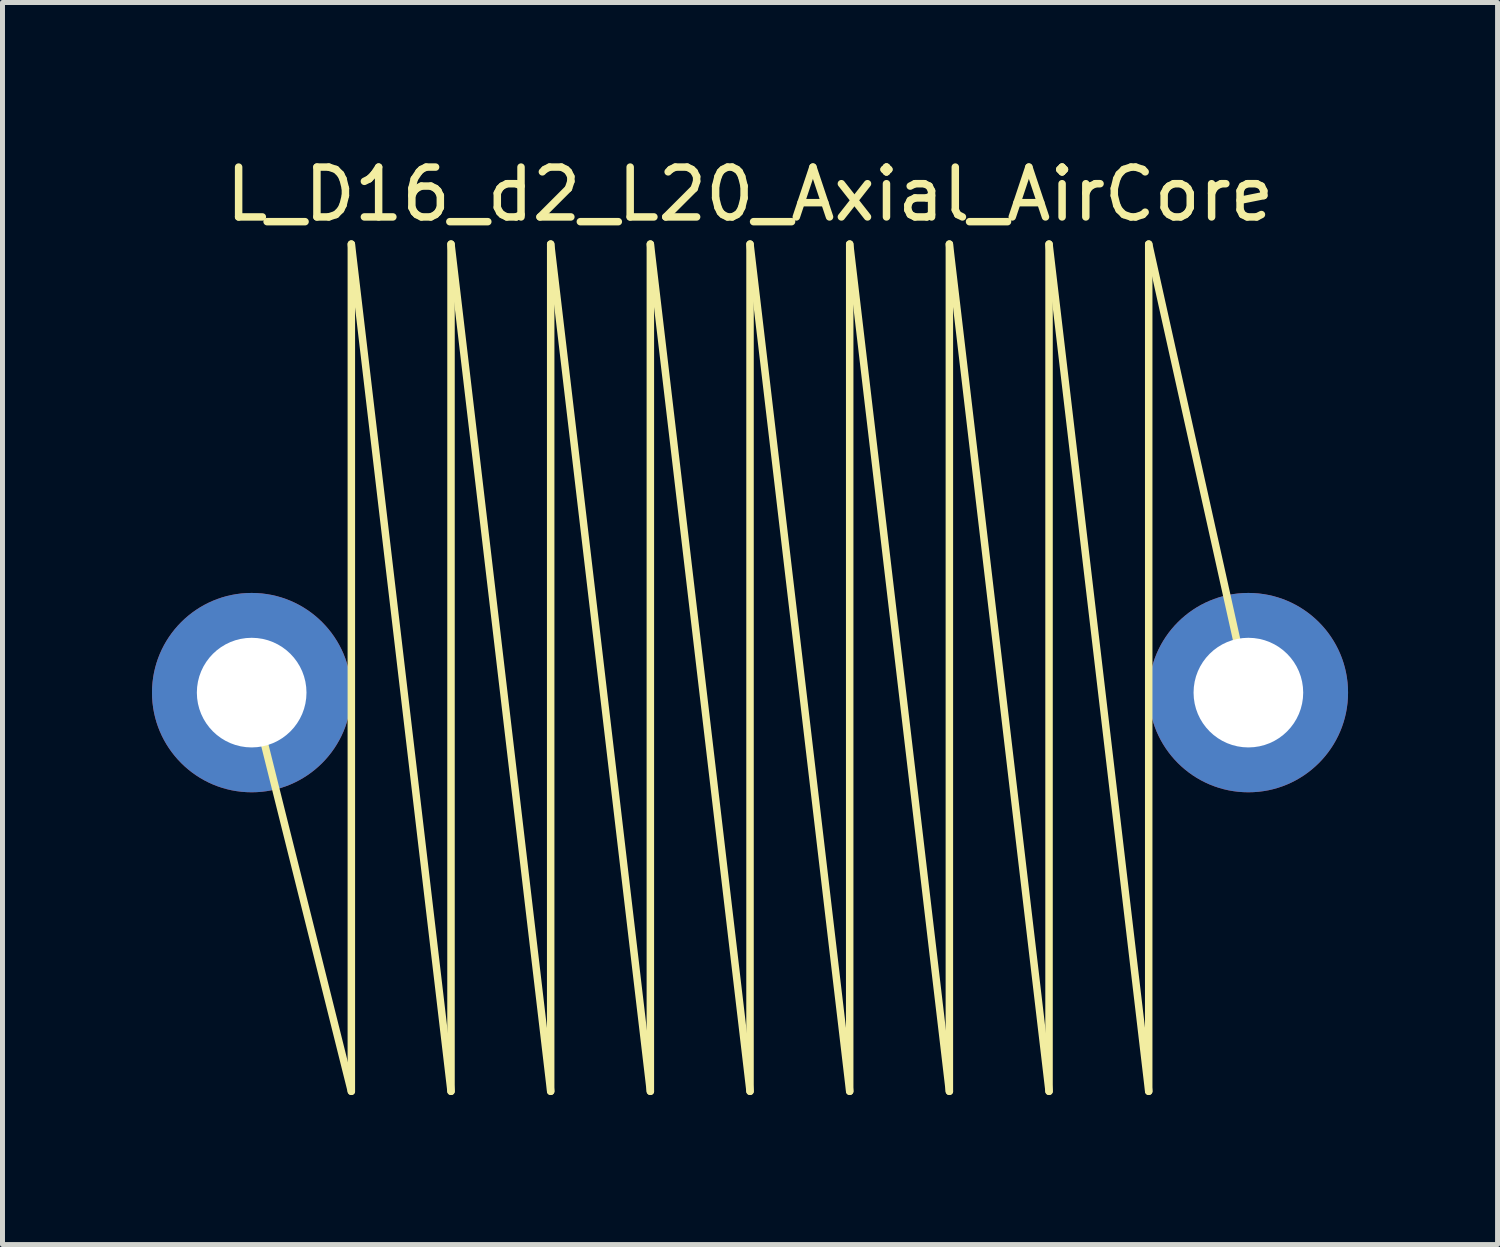
<source format=kicad_pcb>
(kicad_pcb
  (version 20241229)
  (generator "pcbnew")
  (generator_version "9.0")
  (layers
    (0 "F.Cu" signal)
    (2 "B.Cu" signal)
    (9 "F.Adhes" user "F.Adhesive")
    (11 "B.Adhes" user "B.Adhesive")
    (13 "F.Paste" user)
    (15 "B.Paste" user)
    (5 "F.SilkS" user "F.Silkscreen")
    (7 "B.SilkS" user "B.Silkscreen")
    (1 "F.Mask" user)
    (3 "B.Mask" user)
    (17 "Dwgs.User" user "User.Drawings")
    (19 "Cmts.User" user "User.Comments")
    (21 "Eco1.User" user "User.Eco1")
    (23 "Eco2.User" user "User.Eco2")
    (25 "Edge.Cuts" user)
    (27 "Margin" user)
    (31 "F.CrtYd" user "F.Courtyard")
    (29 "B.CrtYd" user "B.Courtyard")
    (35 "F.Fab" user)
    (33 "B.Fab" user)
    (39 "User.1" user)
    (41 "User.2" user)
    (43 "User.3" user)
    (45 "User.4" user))
  (footprint "L_D16_d2_L20_Axial_AirCore"
    (layer "F.Cu")
    (at 12 10.848)
    (property "Reference" "L_D16_d2_L20_Axial_AirCore" (at 0 -10 0) (layer "F.SilkS") (effects (font (size 1 1) (thickness 0.15))))
    (attr through_hole)
    (fp_line (start -10 0) (end -8 8) (stroke (width 0.15) (type solid)) (layer "F.SilkS"))
    (fp_line (start -8 -9) (end -6 8) (stroke (width 0.15) (type solid)) (layer "F.SilkS"))
    (fp_line (start -8 8) (end -8 -9) (stroke (width 0.15) (type solid)) (layer "F.SilkS"))
    (fp_line (start -6 -9) (end -4 8) (stroke (width 0.15) (type solid)) (layer "F.SilkS"))
    (fp_line (start -6 8) (end -6 -9) (stroke (width 0.15) (type solid)) (layer "F.SilkS"))
    (fp_line (start -4 -9) (end -2 8) (stroke (width 0.15) (type solid)) (layer "F.SilkS"))
    (fp_line (start -4 8) (end -4 -9) (stroke (width 0.15) (type solid)) (layer "F.SilkS"))
    (fp_line (start -2 -9) (end 0 8) (stroke (width 0.15) (type solid)) (layer "F.SilkS"))
    (fp_line (start -2 8) (end -2 -9) (stroke (width 0.15) (type solid)) (layer "F.SilkS"))
    (fp_line (start 0 -9) (end 2 8) (stroke (width 0.15) (type solid)) (layer "F.SilkS"))
    (fp_line (start 0 8) (end 0 -9) (stroke (width 0.15) (type solid)) (layer "F.SilkS"))
    (fp_line (start 2 -9) (end 4 8) (stroke (width 0.15) (type solid)) (layer "F.SilkS"))
    (fp_line (start 2 8) (end 2 -9) (stroke (width 0.15) (type solid)) (layer "F.SilkS"))
    (fp_line (start 4 -9) (end 6 8) (stroke (width 0.15) (type solid)) (layer "F.SilkS"))
    (fp_line (start 4 8) (end 4 -9) (stroke (width 0.15) (type solid)) (layer "F.SilkS"))
    (fp_line (start 6 -9) (end 8 8) (stroke (width 0.15) (type solid)) (layer "F.SilkS"))
    (fp_line (start 6 8) (end 6 -9) (stroke (width 0.15) (type solid)) (layer "F.SilkS"))
    (fp_line (start 8 -9) (end 10 0) (stroke (width 0.15) (type solid)) (layer "F.SilkS"))
    (fp_line (start 8 8) (end 8 -9) (stroke (width 0.15) (type solid)) (layer "F.SilkS"))
    (pad "1" thru_hole circle (at -10 0) (size 4 4) (drill 2.2) (layers "*.Cu" "*.Mask"))
    (pad "2" thru_hole circle (at 10 0) (size 4 4) (drill 2.2) (layers "*.Cu" "*.Mask")))
  (gr_rect
    (start -3 -3)
    (end 27 21.923)
    (stroke (width 0.1) (type default))
    (fill no)
    (layer "Edge.Cuts")))
</source>
